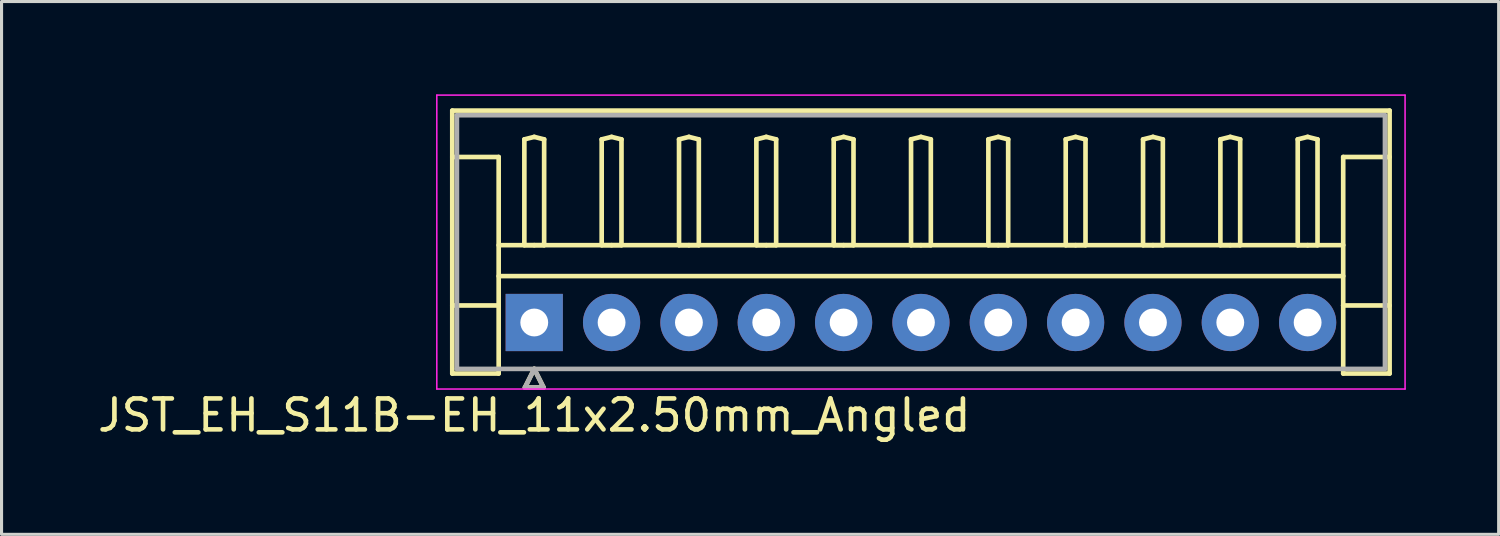
<source format=kicad_pcb>
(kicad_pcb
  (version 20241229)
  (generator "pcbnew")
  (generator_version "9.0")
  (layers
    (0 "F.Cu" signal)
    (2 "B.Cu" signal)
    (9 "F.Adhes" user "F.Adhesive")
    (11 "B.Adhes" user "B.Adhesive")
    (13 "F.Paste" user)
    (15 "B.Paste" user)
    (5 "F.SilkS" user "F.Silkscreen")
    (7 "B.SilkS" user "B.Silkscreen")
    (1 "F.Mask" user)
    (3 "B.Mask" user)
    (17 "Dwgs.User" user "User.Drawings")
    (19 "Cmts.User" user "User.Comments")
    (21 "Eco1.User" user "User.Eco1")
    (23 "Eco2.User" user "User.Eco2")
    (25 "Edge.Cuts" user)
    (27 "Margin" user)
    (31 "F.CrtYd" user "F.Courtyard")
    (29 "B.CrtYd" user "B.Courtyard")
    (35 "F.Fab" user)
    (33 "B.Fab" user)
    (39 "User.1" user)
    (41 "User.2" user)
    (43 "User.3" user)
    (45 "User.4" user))
  (footprint "JST_EH_S11B-EH_11x2.50mm_Angled"
    (layer "F.Cu")
    (at 14.22 7.375)
    (property "Reference" "JST_EH_S11B-EH_11x2.50mm_Angled" (at 0 3 0) (layer "F.SilkS") (effects (font (size 1 1) (thickness 0.15))))
    (attr through_hole)
    (fp_line (start -2.65 -6.85) (end 27.65 -6.85) (stroke (width 0.15) (type solid)) (layer "F.SilkS"))
    (fp_line (start -2.65 -5.35) (end -1.15 -5.35) (stroke (width 0.15) (type solid)) (layer "F.SilkS"))
    (fp_line (start -2.65 1.65) (end -2.65 -6.85) (stroke (width 0.15) (type solid)) (layer "F.SilkS"))
    (fp_line (start -1.15 -5.35) (end -1.15 -0.55) (stroke (width 0.15) (type solid)) (layer "F.SilkS"))
    (fp_line (start -1.15 -2.5) (end 26.15 -2.5) (stroke (width 0.15) (type solid)) (layer "F.SilkS"))
    (fp_line (start -1.15 -1.5) (end 26.15 -1.5) (stroke (width 0.15) (type solid)) (layer "F.SilkS"))
    (fp_line (start -1.15 -0.55) (end -2.65 -0.55) (stroke (width 0.15) (type solid)) (layer "F.SilkS"))
    (fp_line (start -1.15 -0.55) (end -1.15 1.65) (stroke (width 0.15) (type solid)) (layer "F.SilkS"))
    (fp_line (start -1.15 1.65) (end -2.65 1.65) (stroke (width 0.15) (type solid)) (layer "F.SilkS"))
    (fp_line (start -0.32 -5.92) (end 0 -6) (stroke (width 0.15) (type solid)) (layer "F.SilkS"))
    (fp_line (start -0.32 -2.5) (end -0.32 -5.92) (stroke (width 0.15) (type solid)) (layer "F.SilkS"))
    (fp_line (start -0.3 2.1) (end 0.3 2.1) (stroke (width 0.15) (type solid)) (layer "F.SilkS"))
    (fp_line (start 0 -6) (end 0.32 -5.92) (stroke (width 0.15) (type solid)) (layer "F.SilkS"))
    (fp_line (start 0 -2.5) (end -0.32 -2.5) (stroke (width 0.15) (type solid)) (layer "F.SilkS"))
    (fp_line (start 0 1.5) (end -0.3 2.1) (stroke (width 0.15) (type solid)) (layer "F.SilkS"))
    (fp_line (start 0.3 2.1) (end 0 1.5) (stroke (width 0.15) (type solid)) (layer "F.SilkS"))
    (fp_line (start 0.32 -5.92) (end 0.32 -2.5) (stroke (width 0.15) (type solid)) (layer "F.SilkS"))
    (fp_line (start 0.32 -2.5) (end 0 -2.5) (stroke (width 0.15) (type solid)) (layer "F.SilkS"))
    (fp_line (start 2.18 -5.92) (end 2.5 -6) (stroke (width 0.15) (type solid)) (layer "F.SilkS"))
    (fp_line (start 2.18 -2.5) (end 2.18 -5.92) (stroke (width 0.15) (type solid)) (layer "F.SilkS"))
    (fp_line (start 2.5 -6) (end 2.82 -5.92) (stroke (width 0.15) (type solid)) (layer "F.SilkS"))
    (fp_line (start 2.5 -2.5) (end 2.18 -2.5) (stroke (width 0.15) (type solid)) (layer "F.SilkS"))
    (fp_line (start 2.82 -5.92) (end 2.82 -2.5) (stroke (width 0.15) (type solid)) (layer "F.SilkS"))
    (fp_line (start 2.82 -2.5) (end 2.5 -2.5) (stroke (width 0.15) (type solid)) (layer "F.SilkS"))
    (fp_line (start 4.68 -5.92) (end 5 -6) (stroke (width 0.15) (type solid)) (layer "F.SilkS"))
    (fp_line (start 4.68 -2.5) (end 4.68 -5.92) (stroke (width 0.15) (type solid)) (layer "F.SilkS"))
    (fp_line (start 5 -6) (end 5.32 -5.92) (stroke (width 0.15) (type solid)) (layer "F.SilkS"))
    (fp_line (start 5 -2.5) (end 4.68 -2.5) (stroke (width 0.15) (type solid)) (layer "F.SilkS"))
    (fp_line (start 5.32 -5.92) (end 5.32 -2.5) (stroke (width 0.15) (type solid)) (layer "F.SilkS"))
    (fp_line (start 5.32 -2.5) (end 5 -2.5) (stroke (width 0.15) (type solid)) (layer "F.SilkS"))
    (fp_line (start 7.18 -5.92) (end 7.5 -6) (stroke (width 0.15) (type solid)) (layer "F.SilkS"))
    (fp_line (start 7.18 -2.5) (end 7.18 -5.92) (stroke (width 0.15) (type solid)) (layer "F.SilkS"))
    (fp_line (start 7.5 -6) (end 7.82 -5.92) (stroke (width 0.15) (type solid)) (layer "F.SilkS"))
    (fp_line (start 7.5 -2.5) (end 7.18 -2.5) (stroke (width 0.15) (type solid)) (layer "F.SilkS"))
    (fp_line (start 7.82 -5.92) (end 7.82 -2.5) (stroke (width 0.15) (type solid)) (layer "F.SilkS"))
    (fp_line (start 7.82 -2.5) (end 7.5 -2.5) (stroke (width 0.15) (type solid)) (layer "F.SilkS"))
    (fp_line (start 9.68 -5.92) (end 10 -6) (stroke (width 0.15) (type solid)) (layer "F.SilkS"))
    (fp_line (start 9.68 -2.5) (end 9.68 -5.92) (stroke (width 0.15) (type solid)) (layer "F.SilkS"))
    (fp_line (start 10 -6) (end 10.32 -5.92) (stroke (width 0.15) (type solid)) (layer "F.SilkS"))
    (fp_line (start 10 -2.5) (end 9.68 -2.5) (stroke (width 0.15) (type solid)) (layer "F.SilkS"))
    (fp_line (start 10.32 -5.92) (end 10.32 -2.5) (stroke (width 0.15) (type solid)) (layer "F.SilkS"))
    (fp_line (start 10.32 -2.5) (end 10 -2.5) (stroke (width 0.15) (type solid)) (layer "F.SilkS"))
    (fp_line (start 12.18 -5.92) (end 12.5 -6) (stroke (width 0.15) (type solid)) (layer "F.SilkS"))
    (fp_line (start 12.18 -2.5) (end 12.18 -5.92) (stroke (width 0.15) (type solid)) (layer "F.SilkS"))
    (fp_line (start 12.5 -6) (end 12.82 -5.92) (stroke (width 0.15) (type solid)) (layer "F.SilkS"))
    (fp_line (start 12.5 -2.5) (end 12.18 -2.5) (stroke (width 0.15) (type solid)) (layer "F.SilkS"))
    (fp_line (start 12.82 -5.92) (end 12.82 -2.5) (stroke (width 0.15) (type solid)) (layer "F.SilkS"))
    (fp_line (start 12.82 -2.5) (end 12.5 -2.5) (stroke (width 0.15) (type solid)) (layer "F.SilkS"))
    (fp_line (start 14.68 -5.92) (end 15 -6) (stroke (width 0.15) (type solid)) (layer "F.SilkS"))
    (fp_line (start 14.68 -2.5) (end 14.68 -5.92) (stroke (width 0.15) (type solid)) (layer "F.SilkS"))
    (fp_line (start 15 -6) (end 15.32 -5.92) (stroke (width 0.15) (type solid)) (layer "F.SilkS"))
    (fp_line (start 15 -2.5) (end 14.68 -2.5) (stroke (width 0.15) (type solid)) (layer "F.SilkS"))
    (fp_line (start 15.32 -5.92) (end 15.32 -2.5) (stroke (width 0.15) (type solid)) (layer "F.SilkS"))
    (fp_line (start 15.32 -2.5) (end 15 -2.5) (stroke (width 0.15) (type solid)) (layer "F.SilkS"))
    (fp_line (start 17.18 -5.92) (end 17.5 -6) (stroke (width 0.15) (type solid)) (layer "F.SilkS"))
    (fp_line (start 17.18 -2.5) (end 17.18 -5.92) (stroke (width 0.15) (type solid)) (layer "F.SilkS"))
    (fp_line (start 17.5 -6) (end 17.82 -5.92) (stroke (width 0.15) (type solid)) (layer "F.SilkS"))
    (fp_line (start 17.5 -2.5) (end 17.18 -2.5) (stroke (width 0.15) (type solid)) (layer "F.SilkS"))
    (fp_line (start 17.82 -5.92) (end 17.82 -2.5) (stroke (width 0.15) (type solid)) (layer "F.SilkS"))
    (fp_line (start 17.82 -2.5) (end 17.5 -2.5) (stroke (width 0.15) (type solid)) (layer "F.SilkS"))
    (fp_line (start 19.68 -5.92) (end 20 -6) (stroke (width 0.15) (type solid)) (layer "F.SilkS"))
    (fp_line (start 19.68 -2.5) (end 19.68 -5.92) (stroke (width 0.15) (type solid)) (layer "F.SilkS"))
    (fp_line (start 20 -6) (end 20.32 -5.92) (stroke (width 0.15) (type solid)) (layer "F.SilkS"))
    (fp_line (start 20 -2.5) (end 19.68 -2.5) (stroke (width 0.15) (type solid)) (layer "F.SilkS"))
    (fp_line (start 20.32 -5.92) (end 20.32 -2.5) (stroke (width 0.15) (type solid)) (layer "F.SilkS"))
    (fp_line (start 20.32 -2.5) (end 20 -2.5) (stroke (width 0.15) (type solid)) (layer "F.SilkS"))
    (fp_line (start 22.18 -5.92) (end 22.5 -6) (stroke (width 0.15) (type solid)) (layer "F.SilkS"))
    (fp_line (start 22.18 -2.5) (end 22.18 -5.92) (stroke (width 0.15) (type solid)) (layer "F.SilkS"))
    (fp_line (start 22.5 -6) (end 22.82 -5.92) (stroke (width 0.15) (type solid)) (layer "F.SilkS"))
    (fp_line (start 22.5 -2.5) (end 22.18 -2.5) (stroke (width 0.15) (type solid)) (layer "F.SilkS"))
    (fp_line (start 22.82 -5.92) (end 22.82 -2.5) (stroke (width 0.15) (type solid)) (layer "F.SilkS"))
    (fp_line (start 22.82 -2.5) (end 22.5 -2.5) (stroke (width 0.15) (type solid)) (layer "F.SilkS"))
    (fp_line (start 24.68 -5.92) (end 25 -6) (stroke (width 0.15) (type solid)) (layer "F.SilkS"))
    (fp_line (start 24.68 -2.5) (end 24.68 -5.92) (stroke (width 0.15) (type solid)) (layer "F.SilkS"))
    (fp_line (start 25 -6) (end 25.32 -5.92) (stroke (width 0.15) (type solid)) (layer "F.SilkS"))
    (fp_line (start 25 -2.5) (end 24.68 -2.5) (stroke (width 0.15) (type solid)) (layer "F.SilkS"))
    (fp_line (start 25.32 -5.92) (end 25.32 -2.5) (stroke (width 0.15) (type solid)) (layer "F.SilkS"))
    (fp_line (start 25.32 -2.5) (end 25 -2.5) (stroke (width 0.15) (type solid)) (layer "F.SilkS"))
    (fp_line (start 26.15 -5.35) (end 26.15 -0.55) (stroke (width 0.15) (type solid)) (layer "F.SilkS"))
    (fp_line (start 26.15 -0.55) (end 27.65 -0.55) (stroke (width 0.15) (type solid)) (layer "F.SilkS"))
    (fp_line (start 26.15 1.65) (end 26.15 -0.55) (stroke (width 0.15) (type solid)) (layer "F.SilkS"))
    (fp_line (start 27.65 -6.85) (end 27.65 1.65) (stroke (width 0.15) (type solid)) (layer "F.SilkS"))
    (fp_line (start 27.65 -5.35) (end 26.15 -5.35) (stroke (width 0.15) (type solid)) (layer "F.SilkS"))
    (fp_line (start 27.65 1.65) (end 26.15 1.65) (stroke (width 0.15) (type solid)) (layer "F.SilkS"))
    (fp_line (start -3.15 -7.35) (end -3.15 2.15) (stroke (width 0.05) (type solid)) (layer "F.CrtYd"))
    (fp_line (start -3.15 2.15) (end 28.15 2.15) (stroke (width 0.05) (type solid)) (layer "F.CrtYd"))
    (fp_line (start 28.15 -7.35) (end -3.15 -7.35) (stroke (width 0.05) (type solid)) (layer "F.CrtYd"))
    (fp_line (start 28.15 2.15) (end 28.15 -7.35) (stroke (width 0.05) (type solid)) (layer "F.CrtYd"))
    (fp_line (start -2.5 -6.7) (end -2.5 1.5) (stroke (width 0.15) (type solid)) (layer "F.Fab"))
    (fp_line (start -2.5 1.5) (end 27.5 1.5) (stroke (width 0.15) (type solid)) (layer "F.Fab"))
    (fp_line (start -0.3 2.1) (end 0.3 2.1) (stroke (width 0.15) (type solid)) (layer "F.Fab"))
    (fp_line (start 0 1.5) (end -0.3 2.1) (stroke (width 0.15) (type solid)) (layer "F.Fab"))
    (fp_line (start 0.3 2.1) (end 0 1.5) (stroke (width 0.15) (type solid)) (layer "F.Fab"))
    (fp_line (start 27.5 -6.7) (end -2.5 -6.7) (stroke (width 0.15) (type solid)) (layer "F.Fab"))
    (fp_line (start 27.5 1.5) (end 27.5 -6.7) (stroke (width 0.15) (type solid)) (layer "F.Fab"))
    (pad "1" thru_hole rect (at 0 0) (size 1.85 1.85) (drill 0.9) (layers "*.Cu" "*.Mask"))
    (pad "2" thru_hole circle (at 2.5 0) (size 1.85 1.85) (drill 0.9) (layers "*.Cu" "*.Mask"))
    (pad "3" thru_hole circle (at 5 0) (size 1.85 1.85) (drill 0.9) (layers "*.Cu" "*.Mask"))
    (pad "4" thru_hole circle (at 7.5 0) (size 1.85 1.85) (drill 0.9) (layers "*.Cu" "*.Mask"))
    (pad "5" thru_hole circle (at 10 0) (size 1.85 1.85) (drill 0.9) (layers "*.Cu" "*.Mask"))
    (pad "6" thru_hole circle (at 12.5 0) (size 1.85 1.85) (drill 0.9) (layers "*.Cu" "*.Mask"))
    (pad "7" thru_hole circle (at 15 0) (size 1.85 1.85) (drill 0.9) (layers "*.Cu" "*.Mask"))
    (pad "8" thru_hole circle (at 17.5 0) (size 1.85 1.85) (drill 0.9) (layers "*.Cu" "*.Mask"))
    (pad "9" thru_hole circle (at 20 0) (size 1.85 1.85) (drill 0.9) (layers "*.Cu" "*.Mask"))
    (pad "10" thru_hole circle (at 22.5 0) (size 1.85 1.85) (drill 0.9) (layers "*.Cu" "*.Mask"))
    (pad "11" thru_hole circle (at 25 0) (size 1.85 1.85) (drill 0.9) (layers "*.Cu" "*.Mask")))
  (gr_rect
    (start -3 -3)
    (end 45.395 14.223)
    (stroke (width 0.1) (type default))
    (fill no)
    (layer "Edge.Cuts")))
</source>
